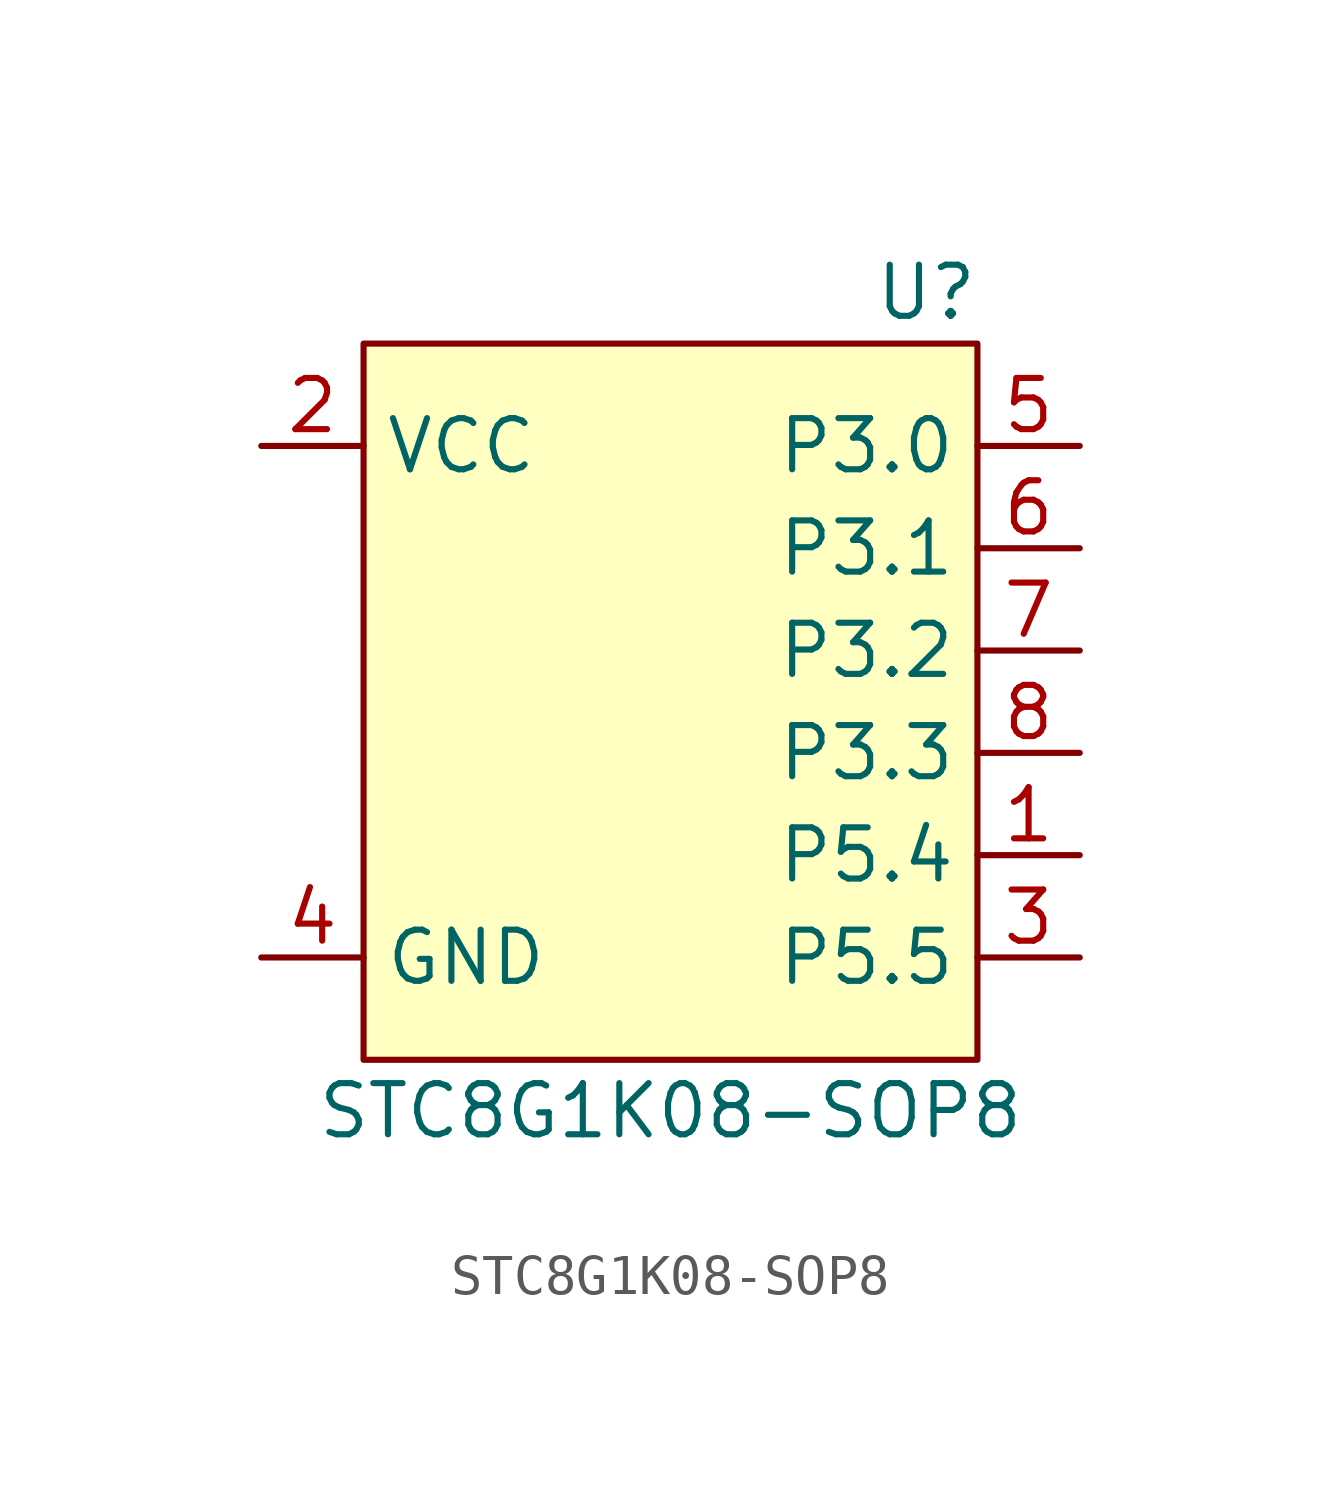
<source format=kicad_sym>
(kicad_symbol_lib
  (version 20210619)
  (generator kicad_symbol_editor)
  (symbol "MCU_STC_Extra:STC8G1K08-SOP8"
    (property "Reference" "U"
      (at 6.35 10.16 0)
      (effects (font (size 1.27 1.27))))
    (property "Value" "STC8G1K08-SOP8"
      (at 0 -10.16 0)
      (effects (font (size 1.27 1.27))))
    (symbol "STC8G1K08-SOP8_0_0"
      (pin bidirectional line (at 10.16 -3.81 180) (length 2.54) (name "P5.4" (effects (font (size 1.27 1.27)))) (number "1" (effects (font (size 1.27 1.27)))) (alternate "MCLKO" bidirectional line) (alternate "RST" bidirectional line))
      (pin power_in line (at -10.16 6.35 0) (length 2.54) (name "VCC" (effects (font (size 1.27 1.27)))) (number "2" (effects (font (size 1.27 1.27)))))
      (pin bidirectional line (at 10.16 -6.35 180) (length 2.54) (name "P5.5" (effects (font (size 1.27 1.27)))) (number "3" (effects (font (size 1.27 1.27)))))
      (pin power_in line (at -10.16 -6.35 0) (length 2.54) (name "GND" (effects (font (size 1.27 1.27)))) (number "4" (effects (font (size 1.27 1.27)))))
      (pin bidirectional line (at 10.16 6.35 180) (length 2.54) (name "P3.0" (effects (font (size 1.27 1.27)))) (number "5" (effects (font (size 1.27 1.27)))) (alternate "ADC8" bidirectional line) (alternate "INT4" bidirectional line) (alternate "RxD" bidirectional line))
      (pin bidirectional line (at 10.16 3.81 180) (length 2.54) (name "P3.1" (effects (font (size 1.27 1.27)))) (number "6" (effects (font (size 1.27 1.27)))) (alternate "ADC9" bidirectional line) (alternate "TxD" bidirectional line))
      (pin bidirectional line (at 10.16 1.27 180) (length 2.54) (name "P3.2" (effects (font (size 1.27 1.27)))) (number "7" (effects (font (size 1.27 1.27)))) (alternate "ADC10" bidirectional line) (alternate "I2C_SDA4" bidirectional line) (alternate "INT0" bidirectional line) (alternate "SCLK4" bidirectional line))
      (pin bidirectional line (at 10.16 -1.27 180) (length 2.54) (name "P3.3" (effects (font (size 1.27 1.27)))) (number "8" (effects (font (size 1.27 1.27)))) (alternate "ADC11" bidirectional line) (alternate "I2C_SDA4" bidirectional line) (alternate "INT1" bidirectional line) (alternate "MISO" bidirectional line)))
    (symbol "STC8G1K08-SOP8_0_1"
      (rectangle (start -7.62 8.89) (end 7.62 -8.89) (stroke (width 0.152)) (fill (type background))))))
</source>
